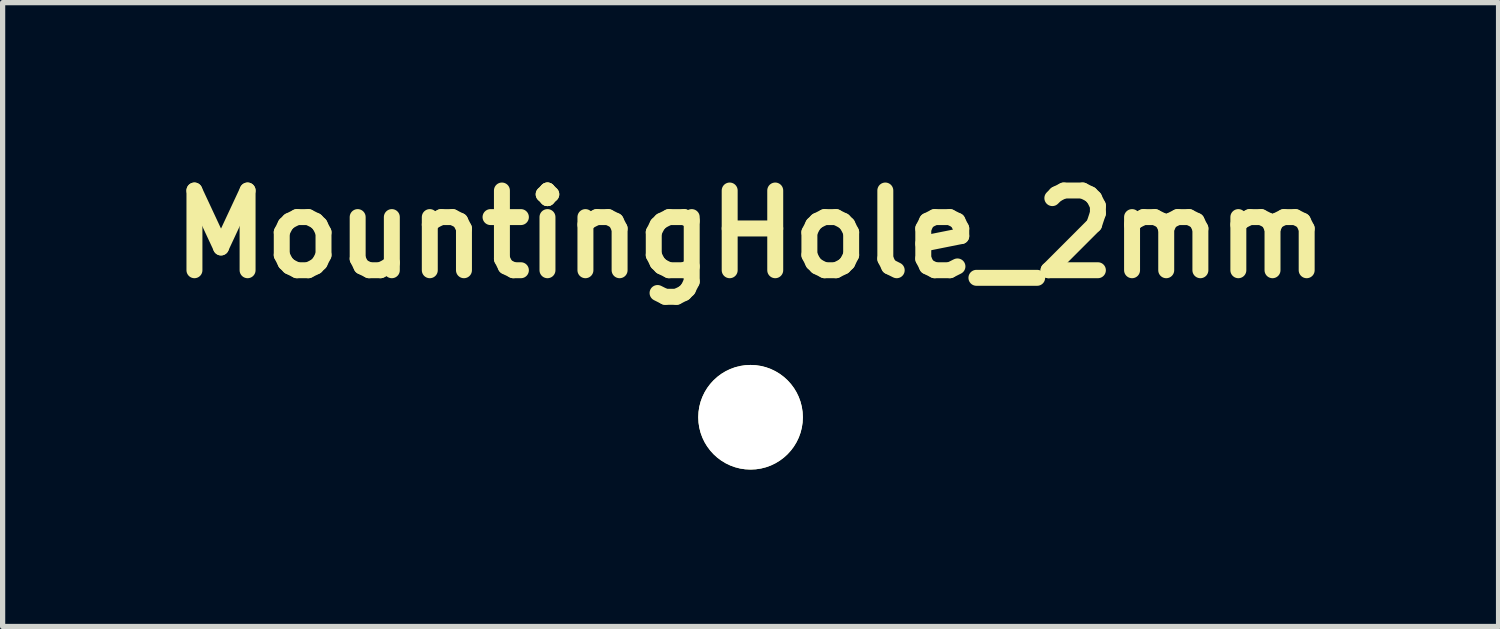
<source format=kicad_pcb>
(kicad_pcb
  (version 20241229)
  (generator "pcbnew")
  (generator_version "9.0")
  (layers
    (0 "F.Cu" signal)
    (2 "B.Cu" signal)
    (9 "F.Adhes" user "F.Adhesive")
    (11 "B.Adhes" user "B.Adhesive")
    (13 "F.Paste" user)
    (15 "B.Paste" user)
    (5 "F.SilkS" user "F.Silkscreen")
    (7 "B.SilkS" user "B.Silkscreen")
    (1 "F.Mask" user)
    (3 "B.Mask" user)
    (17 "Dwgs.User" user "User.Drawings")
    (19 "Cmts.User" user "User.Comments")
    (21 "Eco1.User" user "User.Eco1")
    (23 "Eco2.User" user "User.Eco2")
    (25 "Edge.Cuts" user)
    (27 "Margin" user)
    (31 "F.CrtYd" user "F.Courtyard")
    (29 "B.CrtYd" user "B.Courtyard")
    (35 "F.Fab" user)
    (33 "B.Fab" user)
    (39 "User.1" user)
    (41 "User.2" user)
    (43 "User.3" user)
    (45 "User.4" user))
  (footprint "MountingHole_2mm"
    (layer "F.Cu")
    (at 11.299 4.927)
    (property "Reference" "MountingHole_2mm" (at 0 -3.5 0) (layer "F.SilkS") (effects (font (size 1.524 1.524) (thickness 0.305))))
    (attr through_hole)
    (pad "" np_thru_hole circle (at 0 0) (size 2 2) (drill 2) (layers "*.Cu" "*.Mask" "F.SilkS")))
  (gr_rect
    (start -3 -3)
    (end 25.599 8.927)
    (stroke (width 0.1) (type default))
    (fill no)
    (layer "Edge.Cuts")))
</source>
